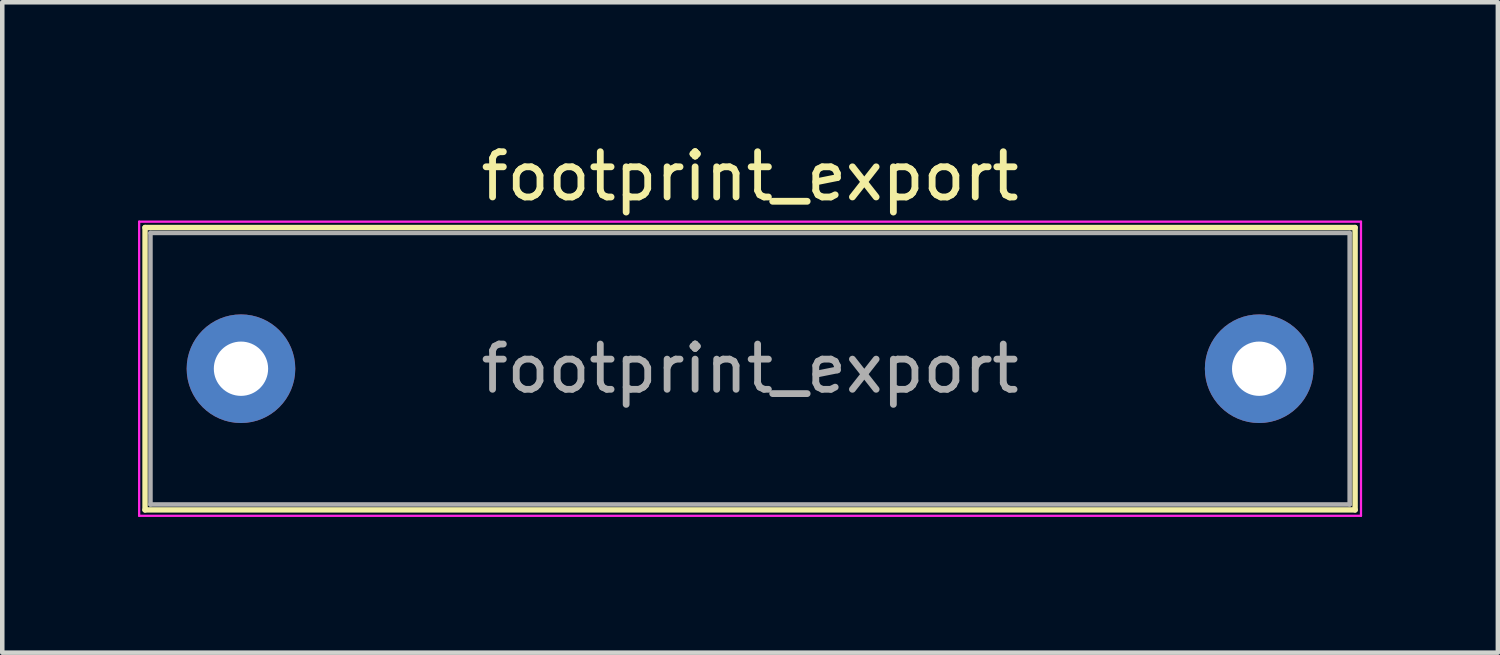
<source format=kicad_pcb>
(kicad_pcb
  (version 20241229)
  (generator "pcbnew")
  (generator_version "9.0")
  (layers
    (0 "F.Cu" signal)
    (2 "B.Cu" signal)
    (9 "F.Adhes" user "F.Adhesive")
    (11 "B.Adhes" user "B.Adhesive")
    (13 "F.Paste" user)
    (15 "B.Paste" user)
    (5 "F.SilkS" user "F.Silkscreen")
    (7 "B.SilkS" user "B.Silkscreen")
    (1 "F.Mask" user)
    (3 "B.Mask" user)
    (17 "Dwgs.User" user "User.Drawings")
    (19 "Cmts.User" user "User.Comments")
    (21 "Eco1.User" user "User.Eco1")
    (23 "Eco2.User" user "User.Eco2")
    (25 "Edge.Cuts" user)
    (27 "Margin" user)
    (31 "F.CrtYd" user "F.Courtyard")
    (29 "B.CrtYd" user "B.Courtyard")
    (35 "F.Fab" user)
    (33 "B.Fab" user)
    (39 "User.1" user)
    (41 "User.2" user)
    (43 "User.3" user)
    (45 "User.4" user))
  (footprint "footprint_export"
    (layer "F.Cu")
    (at 2.275 5.098)
    (property "Reference" "footprint_export" (at 11.25 -4.25 0) (layer "F.SilkS") (effects (font (size 1 1) (thickness 0.15))))
    (attr through_hole)
    (fp_line (start -2.12 -3.12) (end -2.12 3.12) (stroke (width 0.12) (type solid)) (layer "F.SilkS"))
    (fp_line (start -2.12 -3.12) (end 24.62 -3.12) (stroke (width 0.12) (type solid)) (layer "F.SilkS"))
    (fp_line (start -2.12 3.12) (end 24.62 3.12) (stroke (width 0.12) (type solid)) (layer "F.SilkS"))
    (fp_line (start 24.62 -3.12) (end 24.62 3.12) (stroke (width 0.12) (type solid)) (layer "F.SilkS"))
    (fp_line (start -2.25 -3.25) (end -2.25 3.25) (stroke (width 0.05) (type solid)) (layer "F.CrtYd"))
    (fp_line (start -2.25 3.25) (end 24.75 3.25) (stroke (width 0.05) (type solid)) (layer "F.CrtYd"))
    (fp_line (start 24.75 -3.25) (end -2.25 -3.25) (stroke (width 0.05) (type solid)) (layer "F.CrtYd"))
    (fp_line (start 24.75 3.25) (end 24.75 -3.25) (stroke (width 0.05) (type solid)) (layer "F.CrtYd"))
    (fp_line (start -2 -3) (end -2 3) (stroke (width 0.1) (type solid)) (layer "F.Fab"))
    (fp_line (start -2 3) (end 24.5 3) (stroke (width 0.1) (type solid)) (layer "F.Fab"))
    (fp_line (start 24.5 -3) (end -2 -3) (stroke (width 0.1) (type solid)) (layer "F.Fab"))
    (fp_line (start 24.5 3) (end 24.5 -3) (stroke (width 0.1) (type solid)) (layer "F.Fab"))
    (fp_text user "${REFERENCE}" (at 11.25 0 0) (layer "F.Fab") (effects (font (size 1 1) (thickness 0.15))))
    (pad "1" thru_hole circle (at 0 0) (size 2.4 2.4) (drill 1.2) (layers "*.Cu" "*.Mask"))
    (pad "2" thru_hole circle (at 22.5 0) (size 2.4 2.4) (drill 1.2) (layers "*.Cu" "*.Mask")))
  (gr_rect
    (start -3 -3)
    (end 30.05 11.373)
    (stroke (width 0.1) (type default))
    (fill no)
    (layer "Edge.Cuts")))
</source>
